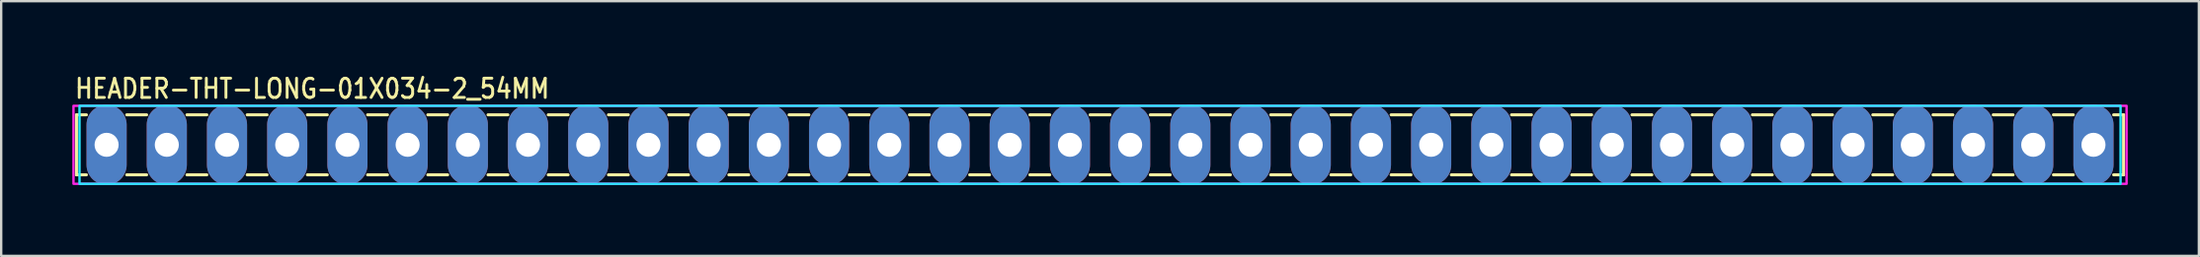
<source format=kicad_pcb>
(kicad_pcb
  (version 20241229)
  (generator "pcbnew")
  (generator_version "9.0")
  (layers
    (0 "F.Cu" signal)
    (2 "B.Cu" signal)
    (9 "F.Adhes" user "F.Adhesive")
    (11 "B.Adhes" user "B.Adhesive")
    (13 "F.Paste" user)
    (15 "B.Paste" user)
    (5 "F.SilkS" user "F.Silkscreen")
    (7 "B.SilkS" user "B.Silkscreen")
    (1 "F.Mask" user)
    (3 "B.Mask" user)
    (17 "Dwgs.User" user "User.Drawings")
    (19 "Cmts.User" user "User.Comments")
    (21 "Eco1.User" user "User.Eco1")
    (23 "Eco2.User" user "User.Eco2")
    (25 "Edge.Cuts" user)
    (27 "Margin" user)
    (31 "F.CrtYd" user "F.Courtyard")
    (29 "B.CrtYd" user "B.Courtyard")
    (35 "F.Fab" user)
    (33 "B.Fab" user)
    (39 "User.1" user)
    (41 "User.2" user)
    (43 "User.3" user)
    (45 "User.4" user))
  (footprint "HEADER-THT-LONG-01X034-2_54MM"
    (layer "F.Cu")
    (at 1.447 3.079)
    (property "Reference" "HEADER-THT-LONG-01X034-2_54MM" (at -1.4 -1.9 0) (unlocked yes) (layer "F.SilkS") (effects (font (size 0.813 0.695) (thickness 0.122)) (justify left bottom)))
    (fp_line (start -1.27 -1.27) (end -1.27 1.27) (stroke (width 0.127) (type solid)) (layer "F.SilkS"))
    (fp_line (start -1.27 1.27) (end -0.85 1.27) (stroke (width 0.127) (type solid)) (layer "F.SilkS"))
    (fp_line (start -0.85 -1.27) (end -1.27 -1.27) (stroke (width 0.127) (type solid)) (layer "F.SilkS"))
    (fp_line (start 0.85 -1.27) (end 1.69 -1.27) (stroke (width 0.127) (type solid)) (layer "F.SilkS"))
    (fp_line (start 0.85 1.27) (end 1.69 1.27) (stroke (width 0.127) (type solid)) (layer "F.SilkS"))
    (fp_line (start 3.39 -1.27) (end 4.23 -1.27) (stroke (width 0.127) (type solid)) (layer "F.SilkS"))
    (fp_line (start 3.39 1.27) (end 4.23 1.27) (stroke (width 0.127) (type solid)) (layer "F.SilkS"))
    (fp_line (start 5.93 -1.27) (end 6.77 -1.27) (stroke (width 0.127) (type solid)) (layer "F.SilkS"))
    (fp_line (start 5.93 1.27) (end 6.77 1.27) (stroke (width 0.127) (type solid)) (layer "F.SilkS"))
    (fp_line (start 8.47 -1.27) (end 9.31 -1.27) (stroke (width 0.127) (type solid)) (layer "F.SilkS"))
    (fp_line (start 8.47 1.27) (end 9.31 1.27) (stroke (width 0.127) (type solid)) (layer "F.SilkS"))
    (fp_line (start 11.01 -1.27) (end 11.85 -1.27) (stroke (width 0.127) (type solid)) (layer "F.SilkS"))
    (fp_line (start 11.01 1.27) (end 11.85 1.27) (stroke (width 0.127) (type solid)) (layer "F.SilkS"))
    (fp_line (start 13.55 -1.27) (end 14.39 -1.27) (stroke (width 0.127) (type solid)) (layer "F.SilkS"))
    (fp_line (start 13.55 1.27) (end 14.39 1.27) (stroke (width 0.127) (type solid)) (layer "F.SilkS"))
    (fp_line (start 16.09 -1.27) (end 16.93 -1.27) (stroke (width 0.127) (type solid)) (layer "F.SilkS"))
    (fp_line (start 16.09 1.27) (end 16.93 1.27) (stroke (width 0.127) (type solid)) (layer "F.SilkS"))
    (fp_line (start 18.63 -1.27) (end 19.47 -1.27) (stroke (width 0.127) (type solid)) (layer "F.SilkS"))
    (fp_line (start 18.63 1.27) (end 19.47 1.27) (stroke (width 0.127) (type solid)) (layer "F.SilkS"))
    (fp_line (start 21.17 -1.27) (end 22.01 -1.27) (stroke (width 0.127) (type solid)) (layer "F.SilkS"))
    (fp_line (start 21.17 1.27) (end 22.01 1.27) (stroke (width 0.127) (type solid)) (layer "F.SilkS"))
    (fp_line (start 23.71 -1.27) (end 24.55 -1.27) (stroke (width 0.127) (type solid)) (layer "F.SilkS"))
    (fp_line (start 23.71 1.27) (end 24.55 1.27) (stroke (width 0.127) (type solid)) (layer "F.SilkS"))
    (fp_line (start 26.25 -1.27) (end 27.09 -1.27) (stroke (width 0.127) (type solid)) (layer "F.SilkS"))
    (fp_line (start 26.25 1.27) (end 27.09 1.27) (stroke (width 0.127) (type solid)) (layer "F.SilkS"))
    (fp_line (start 28.79 -1.27) (end 29.63 -1.27) (stroke (width 0.127) (type solid)) (layer "F.SilkS"))
    (fp_line (start 28.79 1.27) (end 29.63 1.27) (stroke (width 0.127) (type solid)) (layer "F.SilkS"))
    (fp_line (start 31.33 -1.27) (end 32.17 -1.27) (stroke (width 0.127) (type solid)) (layer "F.SilkS"))
    (fp_line (start 31.33 1.27) (end 32.17 1.27) (stroke (width 0.127) (type solid)) (layer "F.SilkS"))
    (fp_line (start 33.87 -1.27) (end 34.71 -1.27) (stroke (width 0.127) (type solid)) (layer "F.SilkS"))
    (fp_line (start 33.87 1.27) (end 34.71 1.27) (stroke (width 0.127) (type solid)) (layer "F.SilkS"))
    (fp_line (start 36.41 -1.27) (end 37.25 -1.27) (stroke (width 0.127) (type solid)) (layer "F.SilkS"))
    (fp_line (start 36.41 1.27) (end 37.25 1.27) (stroke (width 0.127) (type solid)) (layer "F.SilkS"))
    (fp_line (start 38.95 -1.27) (end 39.79 -1.27) (stroke (width 0.127) (type solid)) (layer "F.SilkS"))
    (fp_line (start 38.95 1.27) (end 39.79 1.27) (stroke (width 0.127) (type solid)) (layer "F.SilkS"))
    (fp_line (start 41.49 -1.27) (end 42.33 -1.27) (stroke (width 0.127) (type solid)) (layer "F.SilkS"))
    (fp_line (start 41.49 1.27) (end 42.33 1.27) (stroke (width 0.127) (type solid)) (layer "F.SilkS"))
    (fp_line (start 44.03 -1.27) (end 44.87 -1.27) (stroke (width 0.127) (type solid)) (layer "F.SilkS"))
    (fp_line (start 44.03 1.27) (end 44.87 1.27) (stroke (width 0.127) (type solid)) (layer "F.SilkS"))
    (fp_line (start 46.57 -1.27) (end 47.41 -1.27) (stroke (width 0.127) (type solid)) (layer "F.SilkS"))
    (fp_line (start 46.57 1.27) (end 47.41 1.27) (stroke (width 0.127) (type solid)) (layer "F.SilkS"))
    (fp_line (start 49.11 -1.27) (end 49.95 -1.27) (stroke (width 0.127) (type solid)) (layer "F.SilkS"))
    (fp_line (start 49.11 1.27) (end 49.95 1.27) (stroke (width 0.127) (type solid)) (layer "F.SilkS"))
    (fp_line (start 51.65 -1.27) (end 52.49 -1.27) (stroke (width 0.127) (type solid)) (layer "F.SilkS"))
    (fp_line (start 51.65 1.27) (end 52.49 1.27) (stroke (width 0.127) (type solid)) (layer "F.SilkS"))
    (fp_line (start 54.19 -1.27) (end 55.03 -1.27) (stroke (width 0.127) (type solid)) (layer "F.SilkS"))
    (fp_line (start 54.19 1.27) (end 55.03 1.27) (stroke (width 0.127) (type solid)) (layer "F.SilkS"))
    (fp_line (start 56.73 -1.27) (end 57.57 -1.27) (stroke (width 0.127) (type solid)) (layer "F.SilkS"))
    (fp_line (start 56.73 1.27) (end 57.57 1.27) (stroke (width 0.127) (type solid)) (layer "F.SilkS"))
    (fp_line (start 59.27 -1.27) (end 60.11 -1.27) (stroke (width 0.127) (type solid)) (layer "F.SilkS"))
    (fp_line (start 59.27 1.27) (end 60.11 1.27) (stroke (width 0.127) (type solid)) (layer "F.SilkS"))
    (fp_line (start 61.81 -1.27) (end 62.65 -1.27) (stroke (width 0.127) (type solid)) (layer "F.SilkS"))
    (fp_line (start 61.81 1.27) (end 62.65 1.27) (stroke (width 0.127) (type solid)) (layer "F.SilkS"))
    (fp_line (start 64.35 -1.27) (end 65.19 -1.27) (stroke (width 0.127) (type solid)) (layer "F.SilkS"))
    (fp_line (start 64.35 1.27) (end 65.19 1.27) (stroke (width 0.127) (type solid)) (layer "F.SilkS"))
    (fp_line (start 66.89 -1.27) (end 67.73 -1.27) (stroke (width 0.127) (type solid)) (layer "F.SilkS"))
    (fp_line (start 66.89 1.27) (end 67.73 1.27) (stroke (width 0.127) (type solid)) (layer "F.SilkS"))
    (fp_line (start 69.43 -1.27) (end 70.27 -1.27) (stroke (width 0.127) (type solid)) (layer "F.SilkS"))
    (fp_line (start 69.43 1.27) (end 70.27 1.27) (stroke (width 0.127) (type solid)) (layer "F.SilkS"))
    (fp_line (start 71.97 -1.27) (end 72.81 -1.27) (stroke (width 0.127) (type solid)) (layer "F.SilkS"))
    (fp_line (start 71.97 1.27) (end 72.81 1.27) (stroke (width 0.127) (type solid)) (layer "F.SilkS"))
    (fp_line (start 74.51 -1.27) (end 75.35 -1.27) (stroke (width 0.127) (type solid)) (layer "F.SilkS"))
    (fp_line (start 74.51 1.27) (end 75.35 1.27) (stroke (width 0.127) (type solid)) (layer "F.SilkS"))
    (fp_line (start 77.05 -1.27) (end 77.89 -1.27) (stroke (width 0.127) (type solid)) (layer "F.SilkS"))
    (fp_line (start 77.05 1.27) (end 77.89 1.27) (stroke (width 0.127) (type solid)) (layer "F.SilkS"))
    (fp_line (start 79.59 -1.27) (end 80.43 -1.27) (stroke (width 0.127) (type solid)) (layer "F.SilkS"))
    (fp_line (start 79.59 1.27) (end 80.43 1.27) (stroke (width 0.127) (type solid)) (layer "F.SilkS"))
    (fp_line (start 82.13 -1.27) (end 82.97 -1.27) (stroke (width 0.127) (type solid)) (layer "F.SilkS"))
    (fp_line (start 82.13 1.27) (end 82.97 1.27) (stroke (width 0.127) (type solid)) (layer "F.SilkS"))
    (fp_line (start 84.67 -1.27) (end 85.09 -1.27) (stroke (width 0.127) (type solid)) (layer "F.SilkS"))
    (fp_line (start 85.09 -1.27) (end 85.09 1.27) (stroke (width 0.127) (type solid)) (layer "F.SilkS"))
    (fp_line (start 85.09 1.27) (end 84.67 1.27) (stroke (width 0.127) (type solid)) (layer "F.SilkS"))
    (fp_poly (pts (xy -1.143 -1.651) (xy 84.963 -1.651) (xy 84.963 1.651) (xy -1.143 1.651)) (stroke (width 0.1) (type solid)) (fill no) (layer "B.CrtYd"))
    (fp_poly (pts (xy -1.397 -1.651) (xy 85.217 -1.651) (xy 85.217 1.651) (xy -1.397 1.651)) (stroke (width 0.1) (type solid)) (fill no) (layer "F.CrtYd"))
    (pad "1" thru_hole oval (at 0 0 90) (size 3.387 1.693) (drill 1.016) (layers "*.Cu" "*.Mask"))
    (pad "2" thru_hole oval (at 2.54 0 90) (size 3.387 1.693) (drill 1.016) (layers "*.Cu" "*.Mask"))
    (pad "3" thru_hole oval (at 5.08 0 90) (size 3.387 1.693) (drill 1.016) (layers "*.Cu" "*.Mask"))
    (pad "4" thru_hole oval (at 7.62 0 90) (size 3.387 1.693) (drill 1.016) (layers "*.Cu" "*.Mask"))
    (pad "5" thru_hole oval (at 10.16 0 90) (size 3.387 1.693) (drill 1.016) (layers "*.Cu" "*.Mask"))
    (pad "6" thru_hole oval (at 12.7 0 90) (size 3.387 1.693) (drill 1.016) (layers "*.Cu" "*.Mask"))
    (pad "7" thru_hole oval (at 15.24 0 90) (size 3.387 1.693) (drill 1.016) (layers "*.Cu" "*.Mask"))
    (pad "8" thru_hole oval (at 17.78 0 90) (size 3.387 1.693) (drill 1.016) (layers "*.Cu" "*.Mask"))
    (pad "9" thru_hole oval (at 20.32 0 90) (size 3.387 1.693) (drill 1.016) (layers "*.Cu" "*.Mask"))
    (pad "10" thru_hole oval (at 22.86 0 90) (size 3.387 1.693) (drill 1.016) (layers "*.Cu" "*.Mask"))
    (pad "11" thru_hole oval (at 25.4 0 90) (size 3.387 1.693) (drill 1.016) (layers "*.Cu" "*.Mask"))
    (pad "12" thru_hole oval (at 27.94 0 90) (size 3.387 1.693) (drill 1.016) (layers "*.Cu" "*.Mask"))
    (pad "13" thru_hole oval (at 30.48 0 90) (size 3.387 1.693) (drill 1.016) (layers "*.Cu" "*.Mask"))
    (pad "14" thru_hole oval (at 33.02 0 90) (size 3.387 1.693) (drill 1.016) (layers "*.Cu" "*.Mask"))
    (pad "15" thru_hole oval (at 35.56 0 90) (size 3.387 1.693) (drill 1.016) (layers "*.Cu" "*.Mask"))
    (pad "16" thru_hole oval (at 38.1 0 90) (size 3.387 1.693) (drill 1.016) (layers "*.Cu" "*.Mask"))
    (pad "17" thru_hole oval (at 40.64 0 90) (size 3.387 1.693) (drill 1.016) (layers "*.Cu" "*.Mask"))
    (pad "18" thru_hole oval (at 43.18 0 90) (size 3.387 1.693) (drill 1.016) (layers "*.Cu" "*.Mask"))
    (pad "19" thru_hole oval (at 45.72 0 90) (size 3.387 1.693) (drill 1.016) (layers "*.Cu" "*.Mask"))
    (pad "20" thru_hole oval (at 48.26 0 90) (size 3.387 1.693) (drill 1.016) (layers "*.Cu" "*.Mask"))
    (pad "21" thru_hole oval (at 50.8 0 90) (size 3.387 1.693) (drill 1.016) (layers "*.Cu" "*.Mask"))
    (pad "22" thru_hole oval (at 53.34 0 90) (size 3.387 1.693) (drill 1.016) (layers "*.Cu" "*.Mask"))
    (pad "23" thru_hole oval (at 55.88 0 90) (size 3.387 1.693) (drill 1.016) (layers "*.Cu" "*.Mask"))
    (pad "24" thru_hole oval (at 58.42 0 90) (size 3.387 1.693) (drill 1.016) (layers "*.Cu" "*.Mask"))
    (pad "25" thru_hole oval (at 60.96 0 90) (size 3.387 1.693) (drill 1.016) (layers "*.Cu" "*.Mask"))
    (pad "26" thru_hole oval (at 63.5 0 90) (size 3.387 1.693) (drill 1.016) (layers "*.Cu" "*.Mask"))
    (pad "27" thru_hole oval (at 66.04 0 90) (size 3.387 1.693) (drill 1.016) (layers "*.Cu" "*.Mask"))
    (pad "28" thru_hole oval (at 68.58 0 90) (size 3.387 1.693) (drill 1.016) (layers "*.Cu" "*.Mask"))
    (pad "29" thru_hole oval (at 71.12 0 90) (size 3.387 1.693) (drill 1.016) (layers "*.Cu" "*.Mask"))
    (pad "30" thru_hole oval (at 73.66 0 90) (size 3.387 1.693) (drill 1.016) (layers "*.Cu" "*.Mask"))
    (pad "31" thru_hole oval (at 76.2 0 90) (size 3.387 1.693) (drill 1.016) (layers "*.Cu" "*.Mask"))
    (pad "32" thru_hole oval (at 78.74 0 90) (size 3.387 1.693) (drill 1.016) (layers "*.Cu" "*.Mask"))
    (pad "33" thru_hole oval (at 81.28 0 90) (size 3.387 1.693) (drill 1.016) (layers "*.Cu" "*.Mask"))
    (pad "34" thru_hole oval (at 83.82 0 90) (size 3.387 1.693) (drill 1.016) (layers "*.Cu" "*.Mask")))
  (gr_rect
    (start -3 -3)
    (end 89.714 7.78)
    (stroke (width 0.1) (type default))
    (fill no)
    (layer "Edge.Cuts")))
</source>
